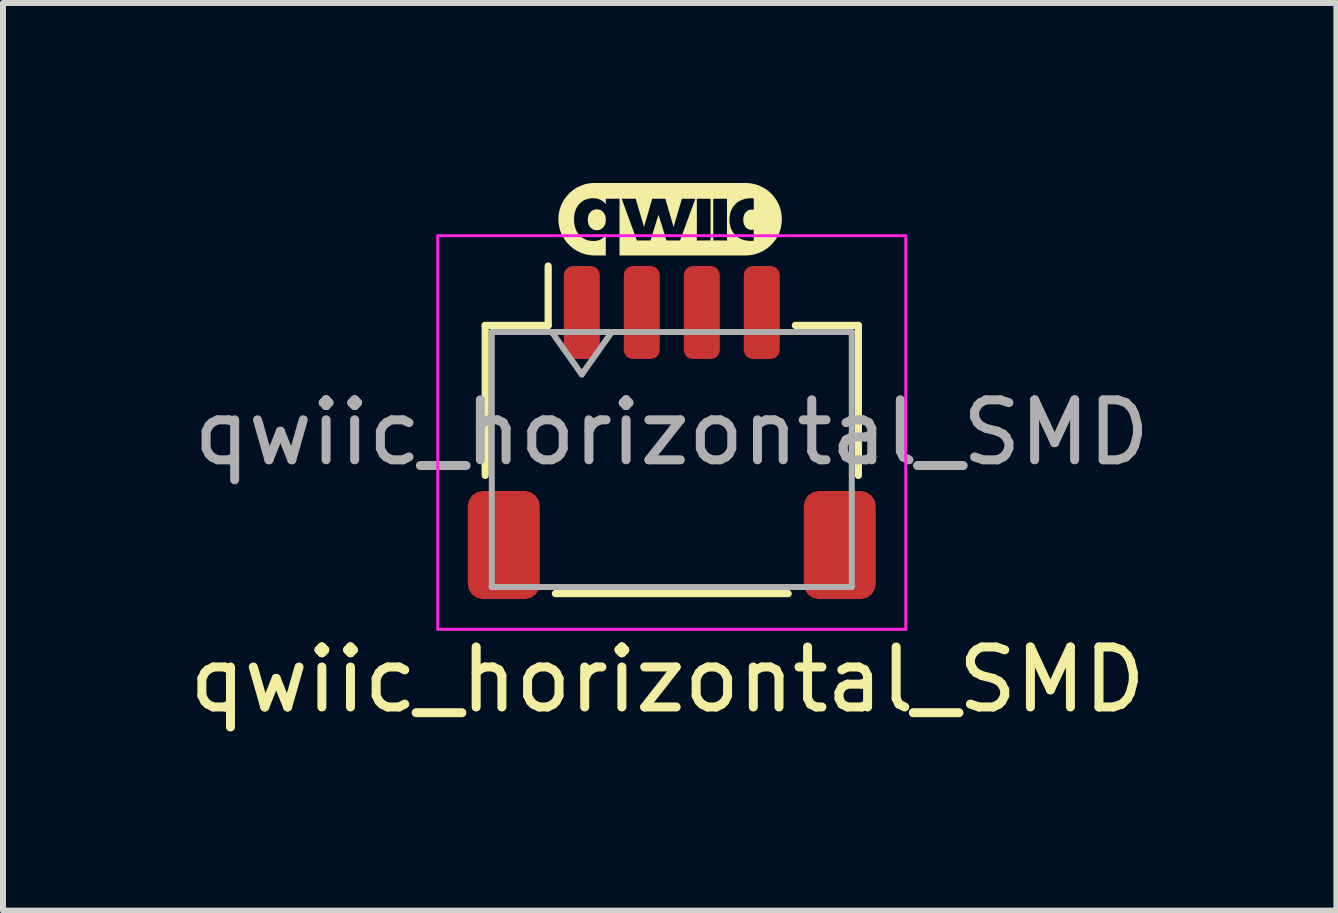
<source format=kicad_pcb>
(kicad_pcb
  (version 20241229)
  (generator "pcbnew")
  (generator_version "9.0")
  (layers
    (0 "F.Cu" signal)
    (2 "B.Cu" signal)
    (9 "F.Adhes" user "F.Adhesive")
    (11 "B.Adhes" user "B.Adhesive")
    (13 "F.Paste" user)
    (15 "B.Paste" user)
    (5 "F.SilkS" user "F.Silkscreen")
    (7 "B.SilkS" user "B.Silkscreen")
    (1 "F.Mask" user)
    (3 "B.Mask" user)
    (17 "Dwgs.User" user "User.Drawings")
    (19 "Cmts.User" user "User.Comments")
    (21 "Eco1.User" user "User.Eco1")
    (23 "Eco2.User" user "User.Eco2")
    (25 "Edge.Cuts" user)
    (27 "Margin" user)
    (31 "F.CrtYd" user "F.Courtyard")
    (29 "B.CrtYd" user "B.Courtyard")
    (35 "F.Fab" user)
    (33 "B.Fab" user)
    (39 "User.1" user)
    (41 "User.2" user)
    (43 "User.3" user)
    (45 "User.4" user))
  (footprint "qwiic_horizontal_SMD"
    (layer "F.Cu")
    (at 8.077 4.529)
    (property "Reference" "qwiic_horizontal_SMD" (at 0 3.75 0) (unlocked yes) (layer "F.SilkS") (effects (font (size 1 1) (thickness 0.15))))
    (attr smd)
    (fp_line (start -3.04 -2.155) (end -1.99 -2.155) (stroke (width 0.12) (type solid)) (layer "F.SilkS"))
    (fp_line (start -3.04 0.345) (end -3.04 -2.155) (stroke (width 0.12) (type solid)) (layer "F.SilkS"))
    (fp_line (start -1.99 -2.155) (end -1.99 -3.145) (stroke (width 0.12) (type solid)) (layer "F.SilkS"))
    (fp_line (start -1.87 2.315) (end 2.01 2.315) (stroke (width 0.12) (type solid)) (layer "F.SilkS"))
    (fp_line (start 3.18 -2.155) (end 2.13 -2.155) (stroke (width 0.12) (type solid)) (layer "F.SilkS"))
    (fp_line (start 3.18 0.345) (end 3.18 -2.155) (stroke (width 0.12) (type solid)) (layer "F.SilkS"))
    (fp_poly (pts (xy -1.171 -4.089) (xy -1.163 -4.089) (xy -1.155 -4.088) (xy -1.147 -4.086) (xy -1.139 -4.085) (xy -1.132 -4.082) (xy -1.125 -4.08) (xy -1.118 -4.077) (xy -1.111 -4.074) (xy -1.105 -4.07) (xy -1.099 -4.066) (xy -1.093 -4.062) (xy -1.087 -4.057) (xy -1.081 -4.053) (xy -1.076 -4.047) (xy -1.071 -4.042) (xy -1.066 -4.036) (xy -1.062 -4.03) (xy -1.057 -4.023) (xy -1.053 -4.017) (xy -1.05 -4.01) (xy -1.046 -4.002) (xy -1.043 -3.995) (xy -1.04 -3.987) (xy -1.038 -3.979) (xy -1.036 -3.971) (xy -1.034 -3.962) (xy -1.032 -3.953) (xy -1.031 -3.944) (xy -1.03 -3.935) (xy -1.03 -3.926) (xy -1.03 -3.916) (xy -1.03 -3.906) (xy -1.03 -3.897) (xy -1.031 -3.888) (xy -1.032 -3.879) (xy -1.034 -3.87) (xy -1.036 -3.862) (xy -1.038 -3.853) (xy -1.04 -3.845) (xy -1.043 -3.838) (xy -1.046 -3.83) (xy -1.05 -3.823) (xy -1.053 -3.816) (xy -1.057 -3.809) (xy -1.062 -3.802) (xy -1.066 -3.796) (xy -1.071 -3.79) (xy -1.076 -3.785) (xy -1.081 -3.78) (xy -1.087 -3.775) (xy -1.093 -3.77) (xy -1.099 -3.766) (xy -1.105 -3.762) (xy -1.111 -3.758) (xy -1.118 -3.755) (xy -1.125 -3.752) (xy -1.132 -3.749) (xy -1.139 -3.747) (xy -1.147 -3.745) (xy -1.155 -3.744) (xy -1.163 -3.743) (xy -1.171 -3.742) (xy -1.179 -3.742) (xy -1.187 -3.742) (xy -1.195 -3.743) (xy -1.203 -3.744) (xy -1.211 -3.745) (xy -1.219 -3.747) (xy -1.226 -3.749) (xy -1.233 -3.752) (xy -1.24 -3.755) (xy -1.247 -3.758) (xy -1.254 -3.762) (xy -1.26 -3.766) (xy -1.266 -3.77) (xy -1.272 -3.775) (xy -1.277 -3.78) (xy -1.283 -3.785) (xy -1.288 -3.79) (xy -1.293 -3.796) (xy -1.297 -3.802) (xy -1.302 -3.809) (xy -1.306 -3.816) (xy -1.309 -3.823) (xy -1.313 -3.83) (xy -1.316 -3.838) (xy -1.319 -3.845) (xy -1.321 -3.853) (xy -1.323 -3.862) (xy -1.325 -3.87) (xy -1.327 -3.879) (xy -1.328 -3.888) (xy -1.329 -3.897) (xy -1.329 -3.906) (xy -1.329 -3.916) (xy -1.329 -3.925) (xy -1.329 -3.935) (xy -1.328 -3.944) (xy -1.327 -3.953) (xy -1.325 -3.962) (xy -1.323 -3.97) (xy -1.321 -3.978) (xy -1.319 -3.986) (xy -1.316 -3.994) (xy -1.313 -4.002) (xy -1.309 -4.009) (xy -1.306 -4.016) (xy -1.302 -4.023) (xy -1.297 -4.029) (xy -1.293 -4.035) (xy -1.288 -4.041) (xy -1.283 -4.047) (xy -1.277 -4.052) (xy -1.272 -4.057) (xy -1.266 -4.062) (xy -1.26 -4.066) (xy -1.254 -4.07) (xy -1.247 -4.074) (xy -1.24 -4.077) (xy -1.233 -4.08) (xy -1.226 -4.082) (xy -1.219 -4.085) (xy -1.211 -4.086) (xy -1.203 -4.088) (xy -1.195 -4.089) (xy -1.187 -4.089) (xy -1.179 -4.09)) (stroke (width 0) (type solid)) (fill yes) (layer "F.SilkS"))
    (fp_poly (pts (xy 1.332 -4.528) (xy 1.362 -4.526) (xy 1.392 -4.522) (xy 1.422 -4.517) (xy 1.451 -4.51) (xy 1.48 -4.502) (xy 1.508 -4.492) (xy 1.536 -4.481) (xy 1.562 -4.469) (xy 1.588 -4.456) (xy 1.614 -4.441) (xy 1.638 -4.426) (xy 1.662 -4.409) (xy 1.685 -4.391) (xy 1.706 -4.372) (xy 1.727 -4.352) (xy 1.747 -4.331) (xy 1.766 -4.309) (xy 1.784 -4.286) (xy 1.801 -4.263) (xy 1.817 -4.238) (xy 1.831 -4.213) (xy 1.845 -4.187) (xy 1.857 -4.16) (xy 1.868 -4.133) (xy 1.877 -4.105) (xy 1.885 -4.076) (xy 1.892 -4.047) (xy 1.897 -4.017) (xy 1.901 -3.987) (xy 1.903 -3.956) (xy 1.904 -3.925) (xy 1.904 -3.925) (xy 1.903 -3.894) (xy 1.901 -3.863) (xy 1.897 -3.833) (xy 1.892 -3.804) (xy 1.885 -3.774) (xy 1.877 -3.746) (xy 1.868 -3.718) (xy 1.857 -3.69) (xy 1.845 -3.663) (xy 1.831 -3.637) (xy 1.817 -3.612) (xy 1.801 -3.588) (xy 1.784 -3.564) (xy 1.766 -3.541) (xy 1.747 -3.519) (xy 1.727 -3.498) (xy 1.706 -3.478) (xy 1.685 -3.459) (xy 1.662 -3.441) (xy 1.638 -3.425) (xy 1.614 -3.409) (xy 1.588 -3.394) (xy 1.562 -3.381) (xy 1.536 -3.369) (xy 1.508 -3.358) (xy 1.48 -3.349) (xy 1.451 -3.34) (xy 1.422 -3.334) (xy 1.392 -3.328) (xy 1.362 -3.325) (xy 1.332 -3.322) (xy 1.301 -3.321) (xy -0.801 -3.321) (xy -0.801 -4.267) (xy -0.765 -4.267) (xy -0.511 -3.571) (xy -0.285 -3.571) (xy -0.151 -4.001) (xy -0.018 -3.571) (xy 0.208 -3.571) (xy 0.488 -3.571) (xy 0.716 -3.571) (xy 0.762 -3.571) (xy 0.99 -3.571) (xy 0.99 -3.916) (xy 1.031 -3.916) (xy 1.032 -3.896) (xy 1.033 -3.877) (xy 1.035 -3.858) (xy 1.038 -3.84) (xy 1.042 -3.822) (xy 1.046 -3.805) (xy 1.051 -3.788) (xy 1.057 -3.771) (xy 1.064 -3.755) (xy 1.071 -3.74) (xy 1.079 -3.725) (xy 1.088 -3.711) (xy 1.097 -3.697) (xy 1.107 -3.684) (xy 1.118 -3.672) (xy 1.13 -3.66) (xy 1.142 -3.649) (xy 1.154 -3.638) (xy 1.168 -3.628) (xy 1.181 -3.619) (xy 1.196 -3.61) (xy 1.211 -3.602) (xy 1.226 -3.595) (xy 1.242 -3.589) (xy 1.259 -3.583) (xy 1.276 -3.578) (xy 1.294 -3.573) (xy 1.312 -3.57) (xy 1.331 -3.567) (xy 1.35 -3.565) (xy 1.369 -3.564) (xy 1.389 -3.563) (xy 1.395 -3.563) (xy 1.401 -3.564) (xy 1.407 -3.564) (xy 1.413 -3.564) (xy 1.419 -3.564) (xy 1.425 -3.565) (xy 1.436 -3.566) (xy 1.436 -3.752) (xy 1.432 -3.751) (xy 1.428 -3.751) (xy 1.423 -3.75) (xy 1.419 -3.75) (xy 1.414 -3.749) (xy 1.41 -3.749) (xy 1.405 -3.749) (xy 1.401 -3.749) (xy 1.393 -3.749) (xy 1.385 -3.749) (xy 1.378 -3.75) (xy 1.371 -3.752) (xy 1.364 -3.753) (xy 1.357 -3.755) (xy 1.351 -3.758) (xy 1.344 -3.761) (xy 1.338 -3.764) (xy 1.332 -3.767) (xy 1.326 -3.771) (xy 1.32 -3.775) (xy 1.315 -3.78) (xy 1.31 -3.784) (xy 1.305 -3.789) (xy 1.3 -3.795) (xy 1.296 -3.8) (xy 1.292 -3.806) (xy 1.288 -3.813) (xy 1.284 -3.819) (xy 1.28 -3.826) (xy 1.277 -3.833) (xy 1.274 -3.84) (xy 1.272 -3.848) (xy 1.269 -3.856) (xy 1.267 -3.864) (xy 1.266 -3.872) (xy 1.264 -3.881) (xy 1.262 -3.899) (xy 1.262 -3.917) (xy 1.262 -3.926) (xy 1.262 -3.936) (xy 1.263 -3.944) (xy 1.264 -3.953) (xy 1.266 -3.962) (xy 1.267 -3.97) (xy 1.269 -3.978) (xy 1.272 -3.986) (xy 1.274 -3.993) (xy 1.277 -4.001) (xy 1.28 -4.008) (xy 1.284 -4.015) (xy 1.288 -4.021) (xy 1.292 -4.027) (xy 1.296 -4.033) (xy 1.3 -4.039) (xy 1.305 -4.044) (xy 1.31 -4.05) (xy 1.315 -4.054) (xy 1.32 -4.059) (xy 1.326 -4.063) (xy 1.332 -4.067) (xy 1.338 -4.07) (xy 1.344 -4.073) (xy 1.351 -4.076) (xy 1.357 -4.079) (xy 1.364 -4.081) (xy 1.371 -4.083) (xy 1.378 -4.084) (xy 1.385 -4.085) (xy 1.393 -4.085) (xy 1.401 -4.086) (xy 1.405 -4.086) (xy 1.41 -4.085) (xy 1.414 -4.085) (xy 1.419 -4.085) (xy 1.423 -4.084) (xy 1.428 -4.083) (xy 1.432 -4.083) (xy 1.436 -4.082) (xy 1.436 -4.273) (xy 1.425 -4.274) (xy 1.42 -4.274) (xy 1.414 -4.274) (xy 1.409 -4.274) (xy 1.403 -4.275) (xy 1.397 -4.275) (xy 1.392 -4.275) (xy 1.372 -4.274) (xy 1.352 -4.273) (xy 1.333 -4.271) (xy 1.314 -4.268) (xy 1.296 -4.265) (xy 1.278 -4.26) (xy 1.261 -4.255) (xy 1.244 -4.249) (xy 1.228 -4.242) (xy 1.212 -4.235) (xy 1.197 -4.227) (xy 1.183 -4.218) (xy 1.169 -4.209) (xy 1.155 -4.199) (xy 1.143 -4.188) (xy 1.13 -4.176) (xy 1.119 -4.164) (xy 1.108 -4.152) (xy 1.098 -4.138) (xy 1.088 -4.124) (xy 1.08 -4.11) (xy 1.071 -4.095) (xy 1.064 -4.079) (xy 1.057 -4.063) (xy 1.051 -4.046) (xy 1.046 -4.029) (xy 1.042 -4.012) (xy 1.038 -3.993) (xy 1.035 -3.975) (xy 1.033 -3.956) (xy 1.032 -3.936) (xy 1.031 -3.916) (xy 0.99 -3.916) (xy 0.99 -4.267) (xy 0.762 -4.267) (xy 0.762 -3.571) (xy 0.716 -3.571) (xy 0.716 -4.267) (xy 0.488 -4.267) (xy 0.488 -3.571) (xy 0.208 -3.571) (xy 0.463 -4.267) (xy 0.239 -4.267) (xy 0.1 -3.796) (xy -0.038 -4.267) (xy -0.256 -4.267) (xy -0.393 -3.796) (xy -0.532 -4.267) (xy -0.765 -4.267) (xy -0.801 -4.267) (xy -1.03 -4.267) (xy -1.03 -4.176) (xy -1.039 -4.187) (xy -1.049 -4.198) (xy -1.06 -4.208) (xy -1.071 -4.218) (xy -1.082 -4.227) (xy -1.094 -4.235) (xy -1.107 -4.242) (xy -1.12 -4.249) (xy -1.133 -4.255) (xy -1.147 -4.26) (xy -1.162 -4.265) (xy -1.177 -4.268) (xy -1.192 -4.271) (xy -1.208 -4.273) (xy -1.224 -4.274) (xy -1.241 -4.275) (xy -1.258 -4.274) (xy -1.276 -4.273) (xy -1.293 -4.271) (xy -1.309 -4.268) (xy -1.326 -4.265) (xy -1.341 -4.26) (xy -1.357 -4.255) (xy -1.371 -4.25) (xy -1.386 -4.243) (xy -1.4 -4.236) (xy -1.413 -4.228) (xy -1.426 -4.219) (xy -1.438 -4.21) (xy -1.45 -4.2) (xy -1.461 -4.189) (xy -1.472 -4.178) (xy -1.482 -4.166) (xy -1.492 -4.154) (xy -1.501 -4.141) (xy -1.509 -4.127) (xy -1.517 -4.113) (xy -1.524 -4.098) (xy -1.531 -4.083) (xy -1.537 -4.067) (xy -1.542 -4.051) (xy -1.547 -4.034) (xy -1.551 -4.016) (xy -1.554 -3.998) (xy -1.556 -3.98) (xy -1.558 -3.961) (xy -1.559 -3.942) (xy -1.56 -3.922) (xy -1.559 -3.902) (xy -1.558 -3.883) (xy -1.556 -3.863) (xy -1.554 -3.845) (xy -1.55 -3.827) (xy -1.547 -3.809) (xy -1.542 -3.792) (xy -1.537 -3.775) (xy -1.531 -3.759) (xy -1.524 -3.743) (xy -1.517 -3.728) (xy -1.509 -3.713) (xy -1.5 -3.699) (xy -1.491 -3.686) (xy -1.481 -3.673) (xy -1.471 -3.661) (xy -1.46 -3.65) (xy -1.449 -3.639) (xy -1.437 -3.629) (xy -1.424 -3.619) (xy -1.411 -3.61) (xy -1.397 -3.602) (xy -1.383 -3.595) (xy -1.369 -3.588) (xy -1.354 -3.582) (xy -1.338 -3.577) (xy -1.322 -3.572) (xy -1.306 -3.569) (xy -1.289 -3.566) (xy -1.271 -3.564) (xy -1.254 -3.562) (xy -1.235 -3.562) (xy -1.219 -3.562) (xy -1.203 -3.564) (xy -1.188 -3.566) (xy -1.173 -3.568) (xy -1.159 -3.572) (xy -1.144 -3.576) (xy -1.131 -3.582) (xy -1.118 -3.587) (xy -1.105 -3.594) (xy -1.093 -3.602) (xy -1.081 -3.61) (xy -1.07 -3.619) (xy -1.059 -3.628) (xy -1.049 -3.638) (xy -1.039 -3.649) (xy -1.03 -3.661) (xy -1.03 -3.321) (xy -1.216 -3.321) (xy -1.247 -3.322) (xy -1.278 -3.325) (xy -1.308 -3.328) (xy -1.338 -3.334) (xy -1.367 -3.34) (xy -1.396 -3.349) (xy -1.424 -3.358) (xy -1.451 -3.369) (xy -1.478 -3.381) (xy -1.504 -3.394) (xy -1.529 -3.409) (xy -1.554 -3.425) (xy -1.578 -3.441) (xy -1.6 -3.459) (xy -1.622 -3.478) (xy -1.643 -3.498) (xy -1.663 -3.519) (xy -1.682 -3.541) (xy -1.7 -3.564) (xy -1.717 -3.588) (xy -1.733 -3.612) (xy -1.747 -3.637) (xy -1.76 -3.663) (xy -1.773 -3.69) (xy -1.783 -3.718) (xy -1.793 -3.746) (xy -1.801 -3.774) (xy -1.808 -3.804) (xy -1.813 -3.833) (xy -1.817 -3.863) (xy -1.819 -3.894) (xy -1.82 -3.925) (xy -1.82 -3.925) (xy -1.819 -3.956) (xy -1.817 -3.987) (xy -1.813 -4.017) (xy -1.808 -4.047) (xy -1.801 -4.076) (xy -1.793 -4.105) (xy -1.783 -4.133) (xy -1.773 -4.16) (xy -1.76 -4.187) (xy -1.747 -4.213) (xy -1.733 -4.238) (xy -1.717 -4.263) (xy -1.7 -4.286) (xy -1.682 -4.309) (xy -1.663 -4.331) (xy -1.643 -4.352) (xy -1.622 -4.372) (xy -1.6 -4.391) (xy -1.578 -4.409) (xy -1.554 -4.426) (xy -1.529 -4.441) (xy -1.504 -4.456) (xy -1.478 -4.469) (xy -1.451 -4.481) (xy -1.424 -4.492) (xy -1.396 -4.502) (xy -1.367 -4.51) (xy -1.338 -4.517) (xy -1.308 -4.522) (xy -1.278 -4.526) (xy -1.247 -4.528) (xy -1.216 -4.529) (xy 1.301 -4.529)) (stroke (width 0) (type solid)) (fill yes) (layer "F.SilkS"))
    (fp_line (start -3.83 -3.65) (end -3.83 2.91) (stroke (width 0.05) (type solid)) (layer "F.CrtYd"))
    (fp_line (start -3.83 2.91) (end 3.97 2.91) (stroke (width 0.05) (type solid)) (layer "F.CrtYd"))
    (fp_line (start 3.97 -3.65) (end -3.83 -3.65) (stroke (width 0.05) (type solid)) (layer "F.CrtYd"))
    (fp_line (start 3.97 2.91) (end 3.97 -3.65) (stroke (width 0.05) (type solid)) (layer "F.CrtYd"))
    (fp_line (start -2.93 -2.045) (end -2.93 2.205) (stroke (width 0.1) (type solid)) (layer "F.Fab"))
    (fp_line (start -2.93 -2.045) (end 3.07 -2.045) (stroke (width 0.1) (type solid)) (layer "F.Fab"))
    (fp_line (start -2.93 2.205) (end 3.07 2.205) (stroke (width 0.1) (type solid)) (layer "F.Fab"))
    (fp_line (start -1.93 -2.045) (end -1.43 -1.338) (stroke (width 0.1) (type solid)) (layer "F.Fab"))
    (fp_line (start -1.43 -1.338) (end -0.93 -2.045) (stroke (width 0.1) (type solid)) (layer "F.Fab"))
    (fp_line (start 3.07 -2.045) (end 3.07 2.205) (stroke (width 0.1) (type solid)) (layer "F.Fab"))
    (fp_text user "${REFERENCE}" (at 0.07 -0.37 0) (layer "F.Fab") (effects (font (size 1 1) (thickness 0.15))))
    (pad "1" smd roundrect (at -1.43 -2.37) (size 0.6 1.55) (layers "F.Cu" "F.Mask" "F.Paste") (roundrect_rratio 0.25))
    (pad "2" smd roundrect (at -0.43 -2.37) (size 0.6 1.55) (layers "F.Cu" "F.Mask" "F.Paste") (roundrect_rratio 0.25))
    (pad "3" smd roundrect (at 0.57 -2.37) (size 0.6 1.55) (layers "F.Cu" "F.Mask" "F.Paste") (roundrect_rratio 0.25))
    (pad "4" smd roundrect (at 1.57 -2.37) (size 0.6 1.55) (layers "F.Cu" "F.Mask" "F.Paste") (roundrect_rratio 0.25))
    (pad "MP" smd roundrect (at -2.73 1.505) (size 1.2 1.8) (layers "F.Cu" "F.Mask" "F.Paste") (roundrect_rratio 0.208))
    (pad "MP" smd roundrect (at 2.87 1.505) (size 1.2 1.8) (layers "F.Cu" "F.Mask" "F.Paste") (roundrect_rratio 0.208)))
  (gr_rect
    (start -3 -3)
    (end 19.225 12.127)
    (stroke (width 0.1) (type default))
    (fill no)
    (layer "Edge.Cuts")))
</source>
